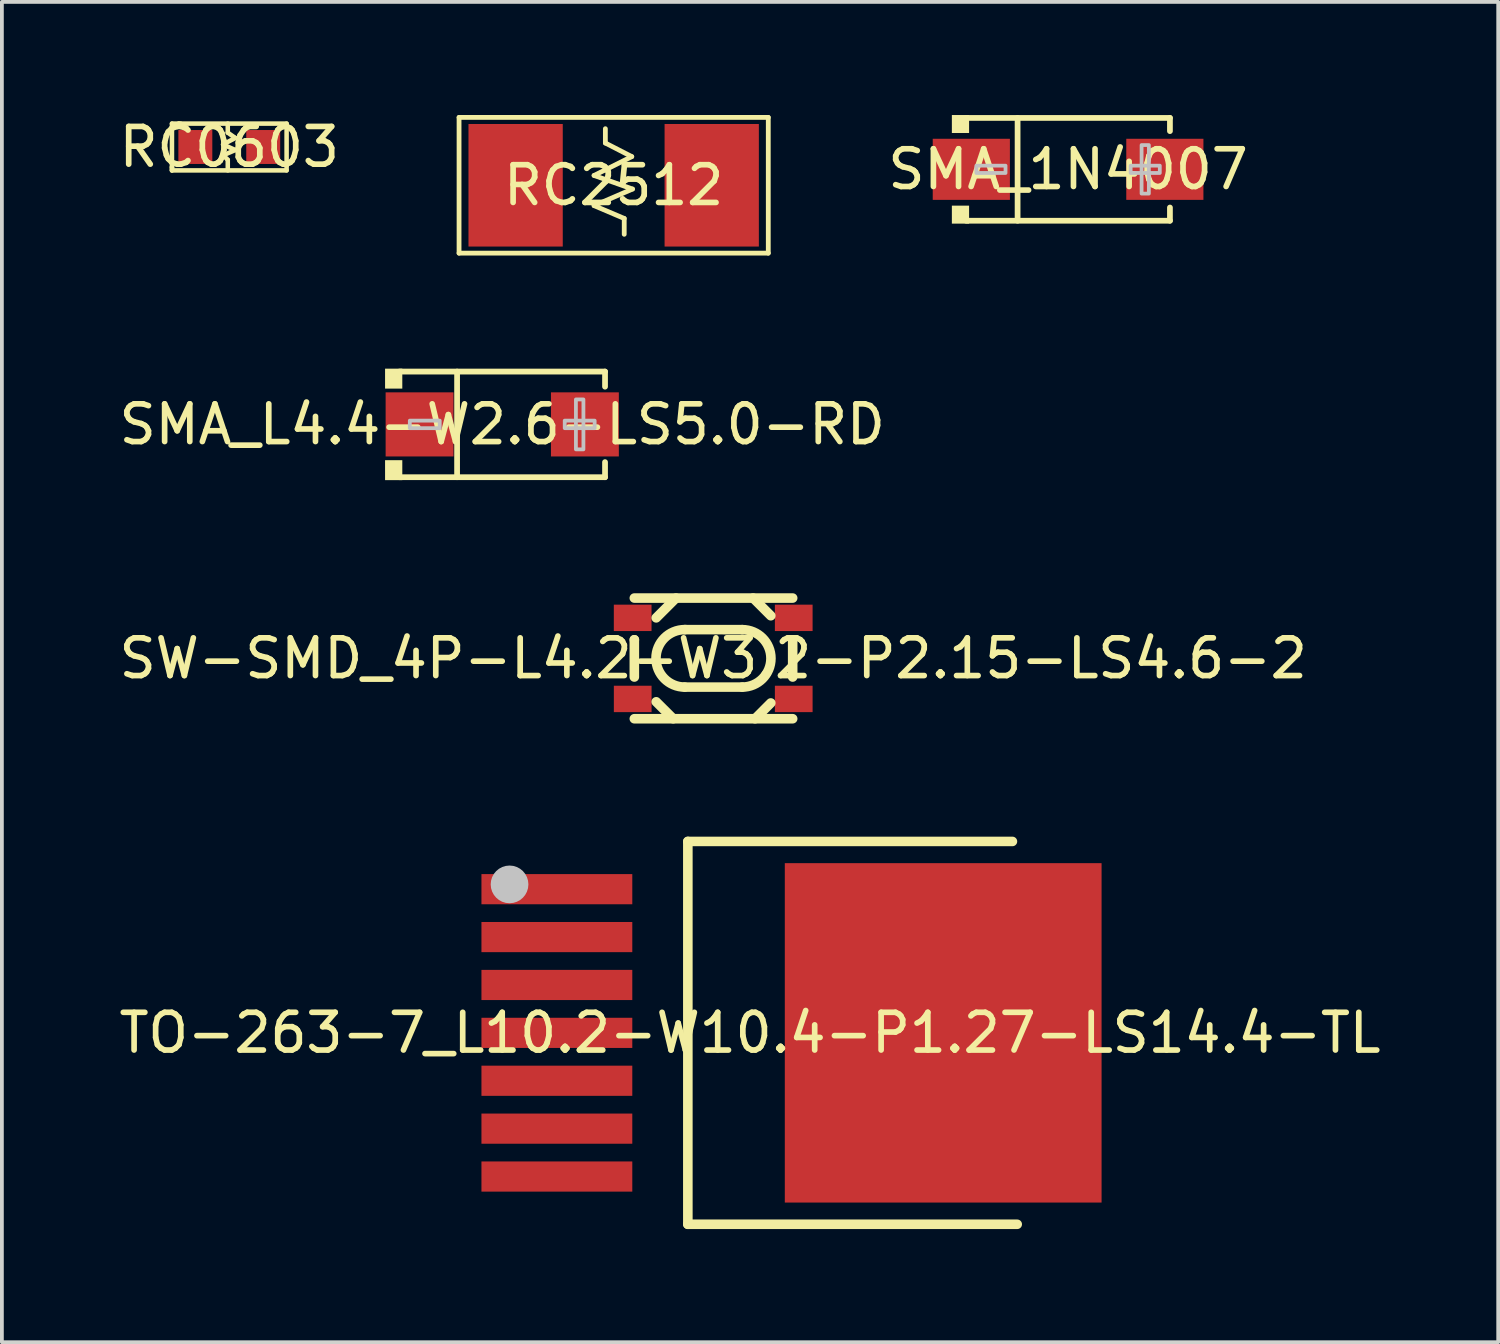
<source format=kicad_pcb>
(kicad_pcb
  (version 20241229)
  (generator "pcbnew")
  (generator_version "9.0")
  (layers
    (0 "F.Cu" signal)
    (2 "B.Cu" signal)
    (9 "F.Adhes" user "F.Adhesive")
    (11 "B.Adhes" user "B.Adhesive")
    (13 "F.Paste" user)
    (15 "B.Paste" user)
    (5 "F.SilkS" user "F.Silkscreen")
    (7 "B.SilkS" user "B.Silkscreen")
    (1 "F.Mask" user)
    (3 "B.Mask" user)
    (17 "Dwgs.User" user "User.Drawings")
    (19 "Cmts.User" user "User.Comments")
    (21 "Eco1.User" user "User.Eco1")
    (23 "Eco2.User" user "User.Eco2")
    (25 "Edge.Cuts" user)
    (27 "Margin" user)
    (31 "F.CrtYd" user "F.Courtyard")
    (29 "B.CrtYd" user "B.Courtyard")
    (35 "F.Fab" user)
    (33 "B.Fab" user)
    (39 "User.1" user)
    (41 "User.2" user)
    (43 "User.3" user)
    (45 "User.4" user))
  (footprint "SMA_1N4007"
    (layer "F.Cu")
    (at 25.273 1.44)
    (property "Reference" "SMA_1N4007" (at 0 0 0) (layer "F.SilkS") (effects (font (size 1 1) (thickness 0.15))))
    (fp_line (start -2.701 -1.363) (end 2.701 -1.363) (stroke (width 0.152) (type default)) (layer "F.SilkS"))
    (fp_line (start -2.701 1.363) (end 2.701 1.363) (stroke (width 0.152) (type default)) (layer "F.SilkS"))
    (fp_line (start -1.339 -1.363) (end -1.339 1.363) (stroke (width 0.152) (type default)) (layer "F.SilkS"))
    (fp_line (start 2.701 -1.363) (end 2.701 -1.013) (stroke (width 0.152) (type default)) (layer "F.SilkS"))
    (fp_line (start 2.701 1.363) (end 2.701 1.013) (stroke (width 0.152) (type default)) (layer "F.SilkS"))
    (fp_poly (pts (xy -2.625 -1.44) (xy -2.625 -0.963) (xy -3.082 -0.963) (xy -3.082 -1.44)) (stroke (width 0) (type default)) (fill yes) (layer "F.SilkS"))
    (fp_poly (pts (xy -2.625 1.44) (xy -2.625 0.963) (xy -3.082 0.963) (xy -3.082 1.44)) (stroke (width 0) (type default)) (fill yes) (layer "F.SilkS"))
    (fp_poly (pts (xy -2.432 0.097) (xy -2.432 -0.097) (xy -1.659 -0.097) (xy -1.659 0.097)) (stroke (width 0.1) (type default)) (fill no) (layer "Dwgs.User"))
    (fp_poly (pts (xy 2.142 0.644) (xy 2.142 -0.643) (xy 1.949 -0.643) (xy 1.949 0.644)) (stroke (width 0.1) (type default)) (fill no) (layer "Dwgs.User"))
    (fp_poly (pts (xy 2.432 0.097) (xy 2.432 -0.097) (xy 1.659 -0.097) (xy 1.659 0.097)) (stroke (width 0.1) (type default)) (fill no) (layer "Dwgs.User"))
    (fp_poly (pts (xy -2.8 0.725) (xy -2.8 -0.725) (xy -1.65 -0.725) (xy -1.65 0.725)) (stroke (width 0.1) (type default)) (fill no) (layer "User.1"))
    (fp_poly (pts (xy 2.809 -0.725) (xy 2.809 0.725) (xy 1.659 0.725) (xy 1.659 -0.725)) (stroke (width 0.1) (type default)) (fill no) (layer "User.1"))
    (fp_line (start -2.25 -1.375) (end 2.25 -1.375) (stroke (width 0.051) (type default)) (layer "User.2"))
    (fp_line (start -2.25 1.375) (end -2.25 -1.375) (stroke (width 0.051) (type default)) (layer "User.2"))
    (fp_line (start 2.25 -1.375) (end 2.25 1.375) (stroke (width 0.051) (type default)) (layer "User.2"))
    (fp_line (start 2.25 1.375) (end -2.25 1.375) (stroke (width 0.051) (type default)) (layer "User.2"))
    (fp_poly (pts (xy -2.74 1.375) (xy -2.758 1.333) (xy -2.8 1.315) (xy -2.842 1.333) (xy -2.86 1.375) (xy -2.842 1.417) (xy -2.8 1.435) (xy -2.758 1.417)) (stroke (width 0.1) (type default)) (fill no) (layer "User.3"))
    (pad "1" smd rect (at -2.566 0) (size 2.046 1.62) (layers "F.Cu" "F.Mask" "F.Paste"))
    (pad "2" smd rect (at 2.566 0) (size 2.046 1.62) (layers "F.Cu" "F.Mask" "F.Paste")))
  (footprint "RC0603"
    (layer "F.Cu")
    (at 3.03 0.848)
    (property "Reference" "RC0603" (at 0 0 0) (layer "F.SilkS") (effects (font (size 1 1) (thickness 0.15))))
    (fp_line (start -1.52 -0.62) (end -1.34 -0.62) (stroke (width 0.12) (type default)) (layer "F.SilkS"))
    (fp_line (start -1.52 0.52) (end -1.52 0.62) (stroke (width 0.12) (type default)) (layer "F.SilkS"))
    (fp_line (start -1.52 0.54) (end -1.52 -0.62) (stroke (width 0.12) (type default)) (layer "F.SilkS"))
    (fp_line (start -1.52 0.62) (end -1.52 0.54) (stroke (width 0.12) (type default)) (layer "F.SilkS"))
    (fp_line (start -1.34 -0.62) (end -1.29 -0.62) (stroke (width 0.12) (type default)) (layer "F.SilkS"))
    (fp_line (start -1.34 -0.62) (end 1.52 -0.62) (stroke (width 0.12) (type default)) (layer "F.SilkS"))
    (fp_line (start -0.164 -0.067) (end 0.16 0.08) (stroke (width 0.12) (type default)) (layer "F.SilkS"))
    (fp_line (start -0.16 0.22) (end -0.04 0.34) (stroke (width 0.12) (type default)) (layer "F.SilkS"))
    (fp_line (start -0.04 -0.62) (end -0.04 -0.38) (stroke (width 0.12) (type default)) (layer "F.SilkS"))
    (fp_line (start -0.04 -0.38) (end 0.16 -0.24) (stroke (width 0.12) (type default)) (layer "F.SilkS"))
    (fp_line (start -0.04 0.34) (end -0.04 0.62) (stroke (width 0.12) (type default)) (layer "F.SilkS"))
    (fp_line (start 0.16 -0.24) (end -0.164 -0.067) (stroke (width 0.12) (type default)) (layer "F.SilkS"))
    (fp_line (start 0.16 0.08) (end -0.16 0.22) (stroke (width 0.12) (type default)) (layer "F.SilkS"))
    (fp_line (start 1.52 -0.62) (end 1.52 0.48) (stroke (width 0.12) (type default)) (layer "F.SilkS"))
    (fp_line (start 1.52 0.48) (end 1.52 0.62) (stroke (width 0.12) (type default)) (layer "F.SilkS"))
    (fp_line (start 1.52 0.62) (end -1.52 0.62) (stroke (width 0.12) (type default)) (layer "F.SilkS"))
    (pad "1" smd rect (at -0.9 0) (size 0.9 0.9) (layers "F.Cu" "F.Mask" "F.Paste"))
    (pad "2" smd rect (at 0.9 0) (size 0.9 0.9) (layers "F.Cu" "F.Mask" "F.Paste")))
  (footprint "SMA_L4.4-W2.6-LS5.0-RD"
    (layer "F.Cu")
    (at 10.268 8.204)
    (property "Reference" "SMA_L4.4-W2.6-LS5.0-RD" (at 0 0 0) (layer "F.SilkS") (effects (font (size 1 1) (thickness 0.15))))
    (fp_line (start -2.726 -1.401) (end 2.726 -1.401) (stroke (width 0.152) (type default)) (layer "F.SilkS"))
    (fp_line (start -2.726 1.401) (end 2.726 1.401) (stroke (width 0.152) (type default)) (layer "F.SilkS"))
    (fp_line (start -1.197 -1.401) (end -1.197 1.401) (stroke (width 0.152) (type default)) (layer "F.SilkS"))
    (fp_line (start 2.726 -1.401) (end 2.726 -1) (stroke (width 0.152) (type default)) (layer "F.SilkS"))
    (fp_line (start 2.726 1.401) (end 2.726 1) (stroke (width 0.152) (type default)) (layer "F.SilkS"))
    (fp_poly (pts (xy -2.65 -1.478) (xy -2.65 -0.949) (xy -3.107 -0.949) (xy -3.107 -1.478)) (stroke (width 0) (type default)) (fill yes) (layer "F.SilkS"))
    (fp_poly (pts (xy -2.65 1.478) (xy -2.65 0.949) (xy -3.107 0.949) (xy -3.107 1.478)) (stroke (width 0) (type default)) (fill yes) (layer "F.SilkS"))
    (fp_poly (pts (xy -2.451 0.1) (xy -2.451 -0.1) (xy -1.657 -0.1) (xy -1.657 0.1)) (stroke (width 0.1) (type default)) (fill no) (layer "Dwgs.User"))
    (fp_poly (pts (xy 2.153 0.662) (xy 2.153 -0.662) (xy 1.954 -0.662) (xy 1.954 0.662)) (stroke (width 0.1) (type default)) (fill no) (layer "Dwgs.User"))
    (fp_poly (pts (xy 2.451 0.1) (xy 2.451 -0.1) (xy 1.657 -0.1) (xy 1.657 0.1)) (stroke (width 0.1) (type default)) (fill no) (layer "Dwgs.User"))
    (fp_poly (pts (xy -1.35 -0.725) (xy -1.35 0.725) (xy -2.55 0.725) (xy -2.55 -0.725)) (stroke (width 0.1) (type default)) (fill no) (layer "User.1"))
    (fp_poly (pts (xy 1.35 0.725) (xy 1.35 -0.725) (xy 2.55 -0.725) (xy 2.55 0.725)) (stroke (width 0.1) (type default)) (fill no) (layer "User.1"))
    (fp_line (start -2.15 -1.25) (end 2.15 -1.25) (stroke (width 0.051) (type default)) (layer "User.2"))
    (fp_line (start -2.15 1.25) (end -2.15 -1.25) (stroke (width 0.051) (type default)) (layer "User.2"))
    (fp_line (start 2.15 -1.25) (end 2.15 1.25) (stroke (width 0.051) (type default)) (layer "User.2"))
    (fp_line (start 2.15 1.25) (end -2.15 1.25) (stroke (width 0.051) (type default)) (layer "User.2"))
    (fp_poly (pts (xy -2.49 1.25) (xy -2.508 1.208) (xy -2.55 1.19) (xy -2.592 1.208) (xy -2.61 1.25) (xy -2.592 1.292) (xy -2.55 1.31) (xy -2.508 1.292)) (stroke (width 0.1) (type default)) (fill no) (layer "User.3"))
    (pad "1" smd rect (at -2.192 0) (size 1.8 1.7) (layers "F.Cu" "F.Mask" "F.Paste"))
    (pad "2" smd rect (at 2.192 0) (size 1.8 1.7) (layers "F.Cu" "F.Mask" "F.Paste")))
  (footprint "TO-263-7_L10.2-W10.4-P1.27-LS14.4-TL"
    (layer "F.Cu")
    (at 16.839 24.339)
    (property "Reference" "TO-263-7_L10.2-W10.4-P1.27-LS14.4-TL" (at 0 0 0) (layer "F.SilkS") (effects (font (size 1 1) (thickness 0.15))))
    (fp_line (start -1.649 -5.076) (end -1.649 5.076) (stroke (width 0.254) (type default)) (layer "F.SilkS"))
    (fp_line (start -1.649 -5.076) (end 6.958 -5.076) (stroke (width 0.254) (type default)) (layer "F.SilkS"))
    (fp_line (start -1.649 5.076) (end 7.085 5.076) (stroke (width 0.254) (type default)) (layer "F.SilkS"))
    (fp_circle (center -6.377 -3.937) (end -6.127 -3.937) (stroke (width 0.5) (type default)) (fill no) (layer "Dwgs.User"))
    (fp_poly (pts (xy -6.017 -3.467) (xy -6.017 -4.152) (xy -4.037 -4.152) (xy -4.037 -3.467)) (stroke (width 0.1) (type default)) (fill no) (layer "User.1"))
    (fp_poly (pts (xy -6.017 -2.197) (xy -6.017 -2.882) (xy -4.037 -2.882) (xy -4.037 -2.197)) (stroke (width 0.1) (type default)) (fill no) (layer "User.1"))
    (fp_poly (pts (xy -6.017 -0.927) (xy -6.017 -1.613) (xy -4.037 -1.613) (xy -4.037 -0.927)) (stroke (width 0.1) (type default)) (fill no) (layer "User.1"))
    (fp_poly (pts (xy -6.017 0.343) (xy -6.017 -0.343) (xy -4.037 -0.343) (xy -4.037 0.343)) (stroke (width 0.1) (type default)) (fill no) (layer "User.1"))
    (fp_poly (pts (xy -6.017 1.613) (xy -6.017 0.927) (xy -4.037 0.927) (xy -4.037 1.613)) (stroke (width 0.1) (type default)) (fill no) (layer "User.1"))
    (fp_poly (pts (xy -6.017 2.882) (xy -6.017 2.197) (xy -4.037 2.197) (xy -4.037 2.882)) (stroke (width 0.1) (type default)) (fill no) (layer "User.1"))
    (fp_poly (pts (xy -6.017 4.152) (xy -6.017 3.467) (xy -4.037 3.467) (xy -4.037 4.152)) (stroke (width 0.1) (type default)) (fill no) (layer "User.1"))
    (fp_poly (pts (xy -4.047 -3.467) (xy -4.047 -4.152) (xy -1.567 -4.152) (xy -1.567 -3.467)) (stroke (width 0.1) (type default)) (fill no) (layer "User.1"))
    (fp_poly (pts (xy -4.047 -2.197) (xy -4.047 -2.882) (xy -1.567 -2.882) (xy -1.567 -2.197)) (stroke (width 0.1) (type default)) (fill no) (layer "User.1"))
    (fp_poly (pts (xy -4.047 -0.927) (xy -4.047 -1.613) (xy -1.567 -1.613) (xy -1.567 -0.927)) (stroke (width 0.1) (type default)) (fill no) (layer "User.1"))
    (fp_poly (pts (xy -4.047 0.343) (xy -4.047 -0.343) (xy -1.567 -0.343) (xy -1.567 0.343)) (stroke (width 0.1) (type default)) (fill no) (layer "User.1"))
    (fp_poly (pts (xy -4.047 1.613) (xy -4.047 0.927) (xy -1.567 0.927) (xy -1.567 1.613)) (stroke (width 0.1) (type default)) (fill no) (layer "User.1"))
    (fp_poly (pts (xy -4.047 2.882) (xy -4.047 2.197) (xy -1.567 2.197) (xy -1.567 2.882)) (stroke (width 0.1) (type default)) (fill no) (layer "User.1"))
    (fp_poly (pts (xy -4.047 4.152) (xy -4.047 3.467) (xy -1.567 3.467) (xy -1.567 4.152)) (stroke (width 0.1) (type default)) (fill no) (layer "User.1"))
    (fp_poly (pts (xy 1.84 4.25) (xy 1.84 -4.25) (xy 7.447 -4.25) (xy 8.298 -3.4) (xy 8.297 3.4) (xy 7.447 4.25)) (stroke (width 0.1) (type default)) (fill no) (layer "User.1"))
    (fp_line (start -1.573 -5.1) (end 7.018 -5.1) (stroke (width 0.051) (type default)) (layer "User.2"))
    (fp_line (start -1.573 5.1) (end -1.573 -5.1) (stroke (width 0.051) (type default)) (layer "User.2"))
    (fp_line (start 7.018 -5.1) (end 7.018 5.1) (stroke (width 0.051) (type default)) (layer "User.2"))
    (fp_line (start 7.018 5.1) (end -1.573 5.1) (stroke (width 0.051) (type default)) (layer "User.2"))
    (fp_poly (pts (xy -6.263 -5) (xy -6.28 -5.042) (xy -6.322 -5.06) (xy -6.365 -5.042) (xy -6.383 -5) (xy -6.365 -4.958) (xy -6.322 -4.94) (xy -6.28 -4.958)) (stroke (width 0.1) (type default)) (fill no) (layer "User.3"))
    (pad "1" smd rect (at -5.122 -3.81) (size 4 0.8) (layers "F.Cu" "F.Mask" "F.Paste"))
    (pad "2" smd rect (at -5.122 -2.54) (size 4 0.8) (layers "F.Cu" "F.Mask" "F.Paste"))
    (pad "3" smd rect (at -5.122 -1.27) (size 4 0.8) (layers "F.Cu" "F.Mask" "F.Paste"))
    (pad "4" smd rect (at -5.122 0) (size 4 0.8) (layers "F.Cu" "F.Mask" "F.Paste"))
    (pad "5" smd rect (at -5.122 1.27) (size 4 0.8) (layers "F.Cu" "F.Mask" "F.Paste"))
    (pad "6" smd rect (at -5.122 2.54) (size 4 0.8) (layers "F.Cu" "F.Mask" "F.Paste"))
    (pad "7" smd rect (at -5.122 3.81) (size 4 0.8) (layers "F.Cu" "F.Mask" "F.Paste"))
    (pad "8" smd rect (at 5.122 0) (size 8.4 9) (layers "F.Cu" "F.Mask" "F.Paste")))
  (footprint "SW-SMD_4P-L4.2-W3.2-P2.15-LS4.6-2"
    (layer "F.Cu")
    (at 15.863 14.409)
    (property "Reference" "SW-SMD_4P-L4.2-W3.2-P2.15-LS4.6-2" (at 0 0 0) (layer "F.SilkS") (effects (font (size 1 1) (thickness 0.15))))
    (fp_line (start -2.092 -1.6) (end 2.107 -1.6) (stroke (width 0.254) (type default)) (layer "F.SilkS"))
    (fp_line (start -2.092 -0.494) (end -2.092 0.494) (stroke (width 0.254) (type default)) (layer "F.SilkS"))
    (fp_line (start -2.092 -0.494) (end -2.091 -0.494) (stroke (width 0.254) (type default)) (layer "F.SilkS"))
    (fp_line (start -2.092 1.6) (end 2.107 1.6) (stroke (width 0.254) (type default)) (layer "F.SilkS"))
    (fp_line (start -1.512 -1.075) (end -0.987 -1.6) (stroke (width 0.254) (type default)) (layer "F.SilkS"))
    (fp_line (start -1.512 1.151) (end -1.062 1.6) (stroke (width 0.254) (type default)) (layer "F.SilkS"))
    (fp_line (start -0.755 -0.763) (end 0.769 -0.762) (stroke (width 0.254) (type default)) (layer "F.SilkS"))
    (fp_line (start -0.755 0.761) (end 0.768 0.761) (stroke (width 0.254) (type default)) (layer "F.SilkS"))
    (fp_line (start 1.527 -1.131) (end 1.058 -1.6) (stroke (width 0.254) (type default)) (layer "F.SilkS"))
    (fp_line (start 1.527 1.182) (end 1.109 1.6) (stroke (width 0.254) (type default)) (layer "F.SilkS"))
    (fp_line (start 2.107 0.494) (end 2.107 -0.494) (stroke (width 0.254) (type default)) (layer "F.SilkS"))
    (fp_arc (start -0.7555 0.761) (mid -1.5175 -0.001) (end -0.7555 -0.763) (stroke (width 0.254) (type default)) (layer "F.SilkS"))
    (fp_arc (start 0.7695 -0.762) (mid 1.5305 0) (end 0.7685 0.761) (stroke (width 0.254) (type default)) (layer "F.SilkS"))
    (fp_poly (pts (xy -1.692 -1.35) (xy -1.692 -0.8) (xy -2.292 -0.8) (xy -2.292 -1.35)) (stroke (width 0.1) (type default)) (fill no) (layer "User.1"))
    (fp_poly (pts (xy -1.692 0.8) (xy -1.692 1.35) (xy -2.292 1.35) (xy -2.292 0.8)) (stroke (width 0.1) (type default)) (fill no) (layer "User.1"))
    (fp_poly (pts (xy 2.308 -1.35) (xy 2.308 -0.8) (xy 1.708 -0.8) (xy 1.708 -1.35)) (stroke (width 0.1) (type default)) (fill no) (layer "User.1"))
    (fp_poly (pts (xy 2.308 0.8) (xy 2.308 1.35) (xy 1.708 1.35) (xy 1.708 0.8)) (stroke (width 0.1) (type default)) (fill no) (layer "User.1"))
    (fp_line (start -2.092 -1.6) (end 2.107 -1.6) (stroke (width 0.051) (type default)) (layer "User.2"))
    (fp_line (start -2.092 1.6) (end -2.092 -1.6) (stroke (width 0.051) (type default)) (layer "User.2"))
    (fp_line (start 2.107 -1.6) (end 2.107 1.6) (stroke (width 0.051) (type default)) (layer "User.2"))
    (fp_line (start 2.107 1.6) (end -2.092 1.6) (stroke (width 0.051) (type default)) (layer "User.2"))
    (fp_poly (pts (xy -2.432 -1.6) (xy -2.45 -1.642) (xy -2.492 -1.66) (xy -2.534 -1.642) (xy -2.552 -1.6) (xy -2.534 -1.558) (xy -2.492 -1.54) (xy -2.45 -1.558)) (stroke (width 0.1) (type default)) (fill no) (layer "User.3"))
    (pad "1" smd rect (at -2.136 -1.075 90) (size 0.7 1) (layers "F.Cu" "F.Mask" "F.Paste"))
    (pad "2" smd rect (at 2.135 -1.075 90) (size 0.7 1) (layers "F.Cu" "F.Mask" "F.Paste"))
    (pad "3" smd rect (at -2.135 1.075 90) (size 0.7 1) (layers "F.Cu" "F.Mask" "F.Paste"))
    (pad "4" smd rect (at 2.135 1.075 90) (size 0.7 1) (layers "F.Cu" "F.Mask" "F.Paste")))
  (footprint "RC2512"
    (layer "F.Cu")
    (at 13.223 1.863)
    (property "Reference" "RC2512" (at 0 0 0) (layer "F.SilkS") (effects (font (size 1 1) (thickness 0.15))))
    (fp_line (start -4.1 -1.8) (end -4.1 1.8) (stroke (width 0.127) (type default)) (layer "F.SilkS"))
    (fp_line (start -4.1 1.8) (end 4.1 1.8) (stroke (width 0.127) (type default)) (layer "F.SilkS"))
    (fp_line (start -0.52 -0.26) (end 0.5 0.1) (stroke (width 0.127) (type default)) (layer "F.SilkS"))
    (fp_line (start -0.52 0.54) (end 0.28 0.88) (stroke (width 0.127) (type default)) (layer "F.SilkS"))
    (fp_line (start -0.22 -1.12) (end -0.22 -1.5) (stroke (width 0.127) (type default)) (layer "F.SilkS"))
    (fp_line (start 0.28 0.88) (end 0.28 1.3) (stroke (width 0.127) (type default)) (layer "F.SilkS"))
    (fp_line (start 0.48 -0.76) (end -0.52 -0.26) (stroke (width 0.127) (type default)) (layer "F.SilkS"))
    (fp_line (start 0.48 -0.76) (end -0.22 -1.12) (stroke (width 0.127) (type default)) (layer "F.SilkS"))
    (fp_line (start 0.5 0.1) (end -0.52 0.54) (stroke (width 0.127) (type default)) (layer "F.SilkS"))
    (fp_line (start 4.1 -1.8) (end -4.1 -1.8) (stroke (width 0.127) (type default)) (layer "F.SilkS"))
    (fp_line (start 4.1 1.8) (end 4.1 -1.8) (stroke (width 0.127) (type default)) (layer "F.SilkS"))
    (pad "1" smd rect (at -2.6 0 90) (size 3.25 2.5) (layers "F.Cu" "F.Mask" "F.Paste"))
    (pad "2" smd rect (at 2.6 0 90) (size 3.25 2.5) (layers "F.Cu" "F.Mask" "F.Paste")))
  (gr_rect
    (start -3 -3)
    (end 36.679 32.542)
    (stroke (width 0.1) (type default))
    (fill no)
    (layer "Edge.Cuts")))
</source>
